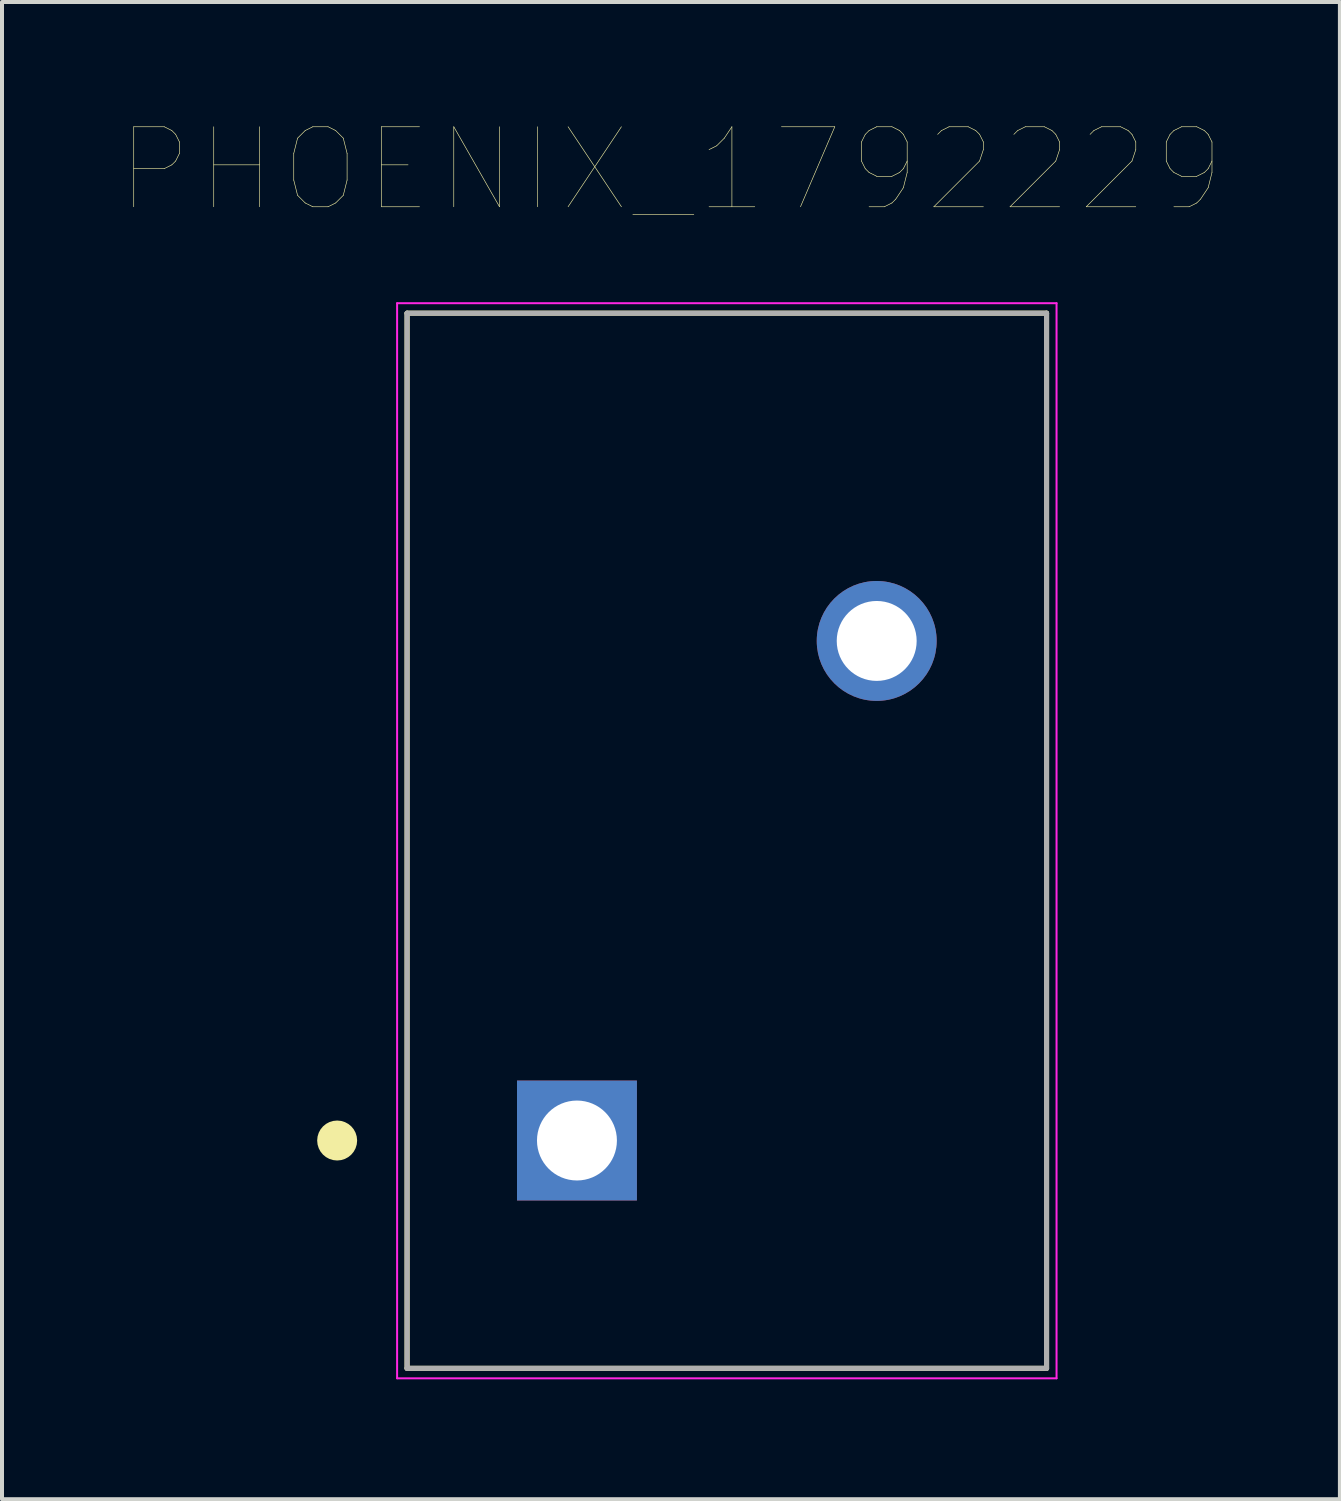
<source format=kicad_pcb>
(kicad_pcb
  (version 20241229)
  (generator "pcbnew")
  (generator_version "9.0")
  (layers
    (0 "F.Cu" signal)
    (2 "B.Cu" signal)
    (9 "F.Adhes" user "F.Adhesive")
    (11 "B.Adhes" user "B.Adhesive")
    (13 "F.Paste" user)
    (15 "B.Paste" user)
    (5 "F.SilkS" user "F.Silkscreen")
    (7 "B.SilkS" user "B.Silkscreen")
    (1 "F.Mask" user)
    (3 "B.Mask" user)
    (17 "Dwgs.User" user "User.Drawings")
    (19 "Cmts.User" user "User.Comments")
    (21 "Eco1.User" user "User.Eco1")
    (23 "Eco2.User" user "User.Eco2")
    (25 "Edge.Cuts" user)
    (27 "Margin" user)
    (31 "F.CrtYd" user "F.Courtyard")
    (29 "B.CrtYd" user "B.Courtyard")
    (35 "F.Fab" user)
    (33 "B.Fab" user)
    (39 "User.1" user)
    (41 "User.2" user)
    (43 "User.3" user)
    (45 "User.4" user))
  (footprint "PHOENIX_1792229"
    (layer "F.Cu")
    (at 11.386 25.487)
    (property "Reference" "PHOENIX_1792229" (at 2.352 -24.289 0) (layer "F.SilkS") (effects (font (size 2.002 2.002) (thickness 0.015))))
    (attr through_hole)
    (fp_line (start -4.25 -20.7) (end 11.75 -20.7) (stroke (width 0.127) (type solid)) (layer "F.SilkS"))
    (fp_line (start -4.25 5.7) (end -4.25 -20.7) (stroke (width 0.127) (type solid)) (layer "F.SilkS"))
    (fp_line (start 11.75 -20.7) (end 11.75 5.7) (stroke (width 0.127) (type solid)) (layer "F.SilkS"))
    (fp_line (start 11.75 5.7) (end -4.25 5.7) (stroke (width 0.127) (type solid)) (layer "F.SilkS"))
    (fp_circle (center -6 0) (end -5.75 0) (stroke (width 0.5) (type solid)) (fill no) (layer "F.SilkS"))
    (fp_line (start -4.5 -20.95) (end 12 -20.95) (stroke (width 0.05) (type solid)) (layer "F.CrtYd"))
    (fp_line (start -4.5 5.95) (end -4.5 -20.95) (stroke (width 0.05) (type solid)) (layer "F.CrtYd"))
    (fp_line (start 12 -20.95) (end 12 5.95) (stroke (width 0.05) (type solid)) (layer "F.CrtYd"))
    (fp_line (start 12 5.95) (end -4.5 5.95) (stroke (width 0.05) (type solid)) (layer "F.CrtYd"))
    (fp_line (start -4.25 -20.7) (end 11.75 -20.7) (stroke (width 0.127) (type solid)) (layer "F.Fab"))
    (fp_line (start -4.25 5.7) (end -4.25 -20.7) (stroke (width 0.127) (type solid)) (layer "F.Fab"))
    (fp_line (start 11.75 -20.7) (end 11.75 5.7) (stroke (width 0.127) (type solid)) (layer "F.Fab"))
    (fp_line (start 11.75 5.7) (end -4.25 5.7) (stroke (width 0.127) (type solid)) (layer "F.Fab"))
    (pad "1" thru_hole rect (at 0 0) (size 3 3) (drill 2) (layers "*.Cu" "*.Mask"))
    (pad "2" thru_hole circle (at 7.5 -12.5) (size 3 3) (drill 2) (layers "*.Cu" "*.Mask")))
  (gr_rect
    (start -3 -3)
    (end 30.476 34.462)
    (stroke (width 0.1) (type default))
    (fill no)
    (layer "Edge.Cuts")))
</source>
